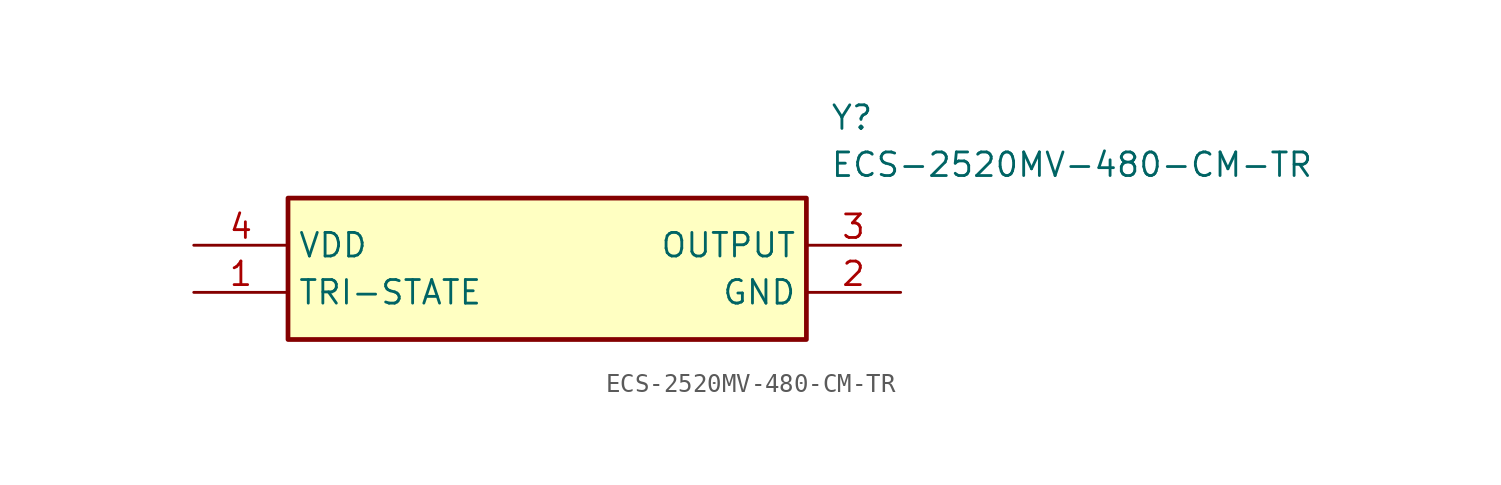
<source format=kicad_sym>
(kicad_symbol_lib
  (version 20211014)
  (generator SamacSys_ECAD_Model)
  (symbol "ECS-2520MV-480-CM-TR"
    (property "Reference" "Y"
      (at 34.29 7.62 0)
      (effects (font (size 1.27 1.27)) (justify left top)))
    (property "Value" "ECS-2520MV-480-CM-TR"
      (at 34.29 5.08 0)
      (effects (font (size 1.27 1.27)) (justify left top)))
    (rectangle
      (start 5.08 2.54)
      (end 33.02 -5.08)
      (stroke (width 0.254) (type default))
      (fill (type background)))
    (pin passive line
      (at 0 -2.54 0)
      (length 5.08)
      (name "TRI-STATE" (effects (font (size 1.27 1.27))))
      (number "1" (effects (font (size 1.27 1.27)))))
    (pin passive line
      (at 38.1 -2.54 180)
      (length 5.08)
      (name "GND" (effects (font (size 1.27 1.27))))
      (number "2" (effects (font (size 1.27 1.27)))))
    (pin passive line
      (at 38.1 0 180)
      (length 5.08)
      (name "OUTPUT" (effects (font (size 1.27 1.27))))
      (number "3" (effects (font (size 1.27 1.27)))))
    (pin passive line
      (at 0 0 0)
      (length 5.08)
      (name "VDD" (effects (font (size 1.27 1.27))))
      (number "4" (effects (font (size 1.27 1.27)))))))
</source>
